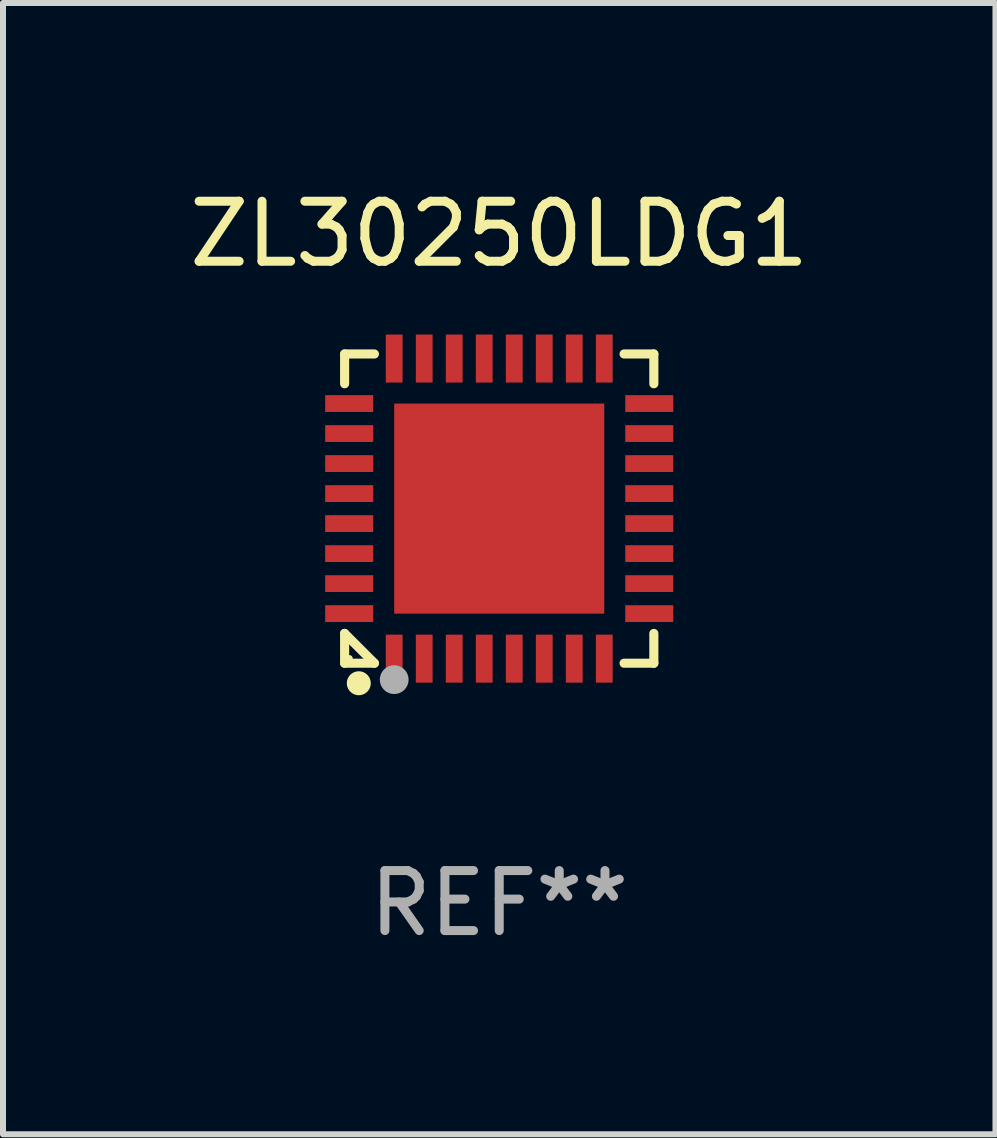
<source format=kicad_pcb>
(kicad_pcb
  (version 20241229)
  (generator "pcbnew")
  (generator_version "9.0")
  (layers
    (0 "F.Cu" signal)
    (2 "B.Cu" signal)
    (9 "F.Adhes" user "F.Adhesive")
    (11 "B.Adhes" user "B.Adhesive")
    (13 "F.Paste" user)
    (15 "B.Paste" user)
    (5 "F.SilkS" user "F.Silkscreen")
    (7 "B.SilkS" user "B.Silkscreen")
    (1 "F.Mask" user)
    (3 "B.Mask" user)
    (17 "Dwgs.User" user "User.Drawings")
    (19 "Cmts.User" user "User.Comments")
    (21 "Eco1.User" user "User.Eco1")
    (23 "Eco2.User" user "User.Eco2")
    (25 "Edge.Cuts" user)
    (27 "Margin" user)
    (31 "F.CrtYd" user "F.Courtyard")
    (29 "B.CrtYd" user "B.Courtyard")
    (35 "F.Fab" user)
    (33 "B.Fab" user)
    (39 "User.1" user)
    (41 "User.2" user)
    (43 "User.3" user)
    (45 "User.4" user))
  (footprint "ZL30250LDG1"
    (layer "F.Cu")
    (at 5.268 5.424)
    (property "Reference" "ZL30250LDG1" (at 0 -4.576 0) (layer "F.SilkS") (effects (font (size 1 1) (thickness 0.15))))
    (attr through_hole)
    (fp_line (start -2.576 -2.576) (end -2.08 -2.576) (stroke (width 0.152) (type solid)) (layer "F.SilkS"))
    (fp_line (start -2.576 -2.08) (end -2.576 -2.576) (stroke (width 0.152) (type solid)) (layer "F.SilkS"))
    (fp_line (start -2.576 2.08) (end -2.576 2.576) (stroke (width 0.152) (type solid)) (layer "F.SilkS"))
    (fp_line (start -2.576 2.08) (end -2.08 2.576) (stroke (width 0.152) (type solid)) (layer "F.SilkS"))
    (fp_line (start -2.576 2.576) (end -2.08 2.576) (stroke (width 0.152) (type solid)) (layer "F.SilkS"))
    (fp_line (start 2.576 -2.576) (end 2.08 -2.576) (stroke (width 0.152) (type solid)) (layer "F.SilkS"))
    (fp_line (start 2.576 -2.08) (end 2.576 -2.576) (stroke (width 0.152) (type solid)) (layer "F.SilkS"))
    (fp_line (start 2.576 2.08) (end 2.576 2.576) (stroke (width 0.152) (type solid)) (layer "F.SilkS"))
    (fp_line (start 2.576 2.576) (end 2.08 2.576) (stroke (width 0.152) (type solid)) (layer "F.SilkS"))
    (fp_circle (center -2.5 2.5) (end -2.47 2.5) (stroke (width 0.06) (type solid)) (fill no) (layer "F.SilkS"))
    (fp_circle (center -2.34 2.91) (end -2.24 2.91) (stroke (width 0.2) (type solid)) (fill no) (layer "F.SilkS"))
    (fp_circle (center -1.75 2.85) (end -1.63 2.85) (stroke (width 0.24) (type solid)) (fill no) (layer "F.Fab"))
    (fp_text user "REF**" (at 0 6.576 0) (layer "F.Fab") (effects (font (size 1 1) (thickness 0.15))))
    (pad "1" smd rect (at -1.75 2.5) (size 0.28 0.8) (layers "F.Cu" "F.Mask" "F.Paste"))
    (pad "2" smd rect (at -1.25 2.5) (size 0.28 0.8) (layers "F.Cu" "F.Mask" "F.Paste"))
    (pad "3" smd rect (at -0.75 2.5) (size 0.28 0.8) (layers "F.Cu" "F.Mask" "F.Paste"))
    (pad "4" smd rect (at -0.25 2.5) (size 0.28 0.8) (layers "F.Cu" "F.Mask" "F.Paste"))
    (pad "5" smd rect (at 0.25 2.5) (size 0.28 0.8) (layers "F.Cu" "F.Mask" "F.Paste"))
    (pad "6" smd rect (at 0.75 2.5) (size 0.28 0.8) (layers "F.Cu" "F.Mask" "F.Paste"))
    (pad "7" smd rect (at 1.25 2.5) (size 0.28 0.8) (layers "F.Cu" "F.Mask" "F.Paste"))
    (pad "8" smd rect (at 1.75 2.5) (size 0.28 0.8) (layers "F.Cu" "F.Mask" "F.Paste"))
    (pad "9" smd rect (at 2.5 1.75) (size 0.8 0.28) (layers "F.Cu" "F.Mask" "F.Paste"))
    (pad "10" smd rect (at 2.5 1.25) (size 0.8 0.28) (layers "F.Cu" "F.Mask" "F.Paste"))
    (pad "11" smd rect (at 2.5 0.75) (size 0.8 0.28) (layers "F.Cu" "F.Mask" "F.Paste"))
    (pad "12" smd rect (at 2.5 0.25) (size 0.8 0.28) (layers "F.Cu" "F.Mask" "F.Paste"))
    (pad "13" smd rect (at 2.5 -0.25) (size 0.8 0.28) (layers "F.Cu" "F.Mask" "F.Paste"))
    (pad "14" smd rect (at 2.5 -0.75) (size 0.8 0.28) (layers "F.Cu" "F.Mask" "F.Paste"))
    (pad "15" smd rect (at 2.5 -1.25) (size 0.8 0.28) (layers "F.Cu" "F.Mask" "F.Paste"))
    (pad "16" smd rect (at 2.5 -1.75) (size 0.8 0.28) (layers "F.Cu" "F.Mask" "F.Paste"))
    (pad "17" smd rect (at 1.75 -2.5) (size 0.28 0.8) (layers "F.Cu" "F.Mask" "F.Paste"))
    (pad "18" smd rect (at 1.25 -2.5) (size 0.28 0.8) (layers "F.Cu" "F.Mask" "F.Paste"))
    (pad "19" smd rect (at 0.75 -2.5) (size 0.28 0.8) (layers "F.Cu" "F.Mask" "F.Paste"))
    (pad "20" smd rect (at 0.25 -2.5) (size 0.28 0.8) (layers "F.Cu" "F.Mask" "F.Paste"))
    (pad "21" smd rect (at -0.25 -2.5) (size 0.28 0.8) (layers "F.Cu" "F.Mask" "F.Paste"))
    (pad "22" smd rect (at -0.75 -2.5) (size 0.28 0.8) (layers "F.Cu" "F.Mask" "F.Paste"))
    (pad "23" smd rect (at -1.25 -2.5) (size 0.28 0.8) (layers "F.Cu" "F.Mask" "F.Paste"))
    (pad "24" smd rect (at -1.75 -2.5) (size 0.28 0.8) (layers "F.Cu" "F.Mask" "F.Paste"))
    (pad "25" smd rect (at -2.5 -1.75) (size 0.8 0.28) (layers "F.Cu" "F.Mask" "F.Paste"))
    (pad "26" smd rect (at -2.5 -1.25) (size 0.8 0.28) (layers "F.Cu" "F.Mask" "F.Paste"))
    (pad "27" smd rect (at -2.5 -0.75) (size 0.8 0.28) (layers "F.Cu" "F.Mask" "F.Paste"))
    (pad "28" smd rect (at -2.5 -0.25) (size 0.8 0.28) (layers "F.Cu" "F.Mask" "F.Paste"))
    (pad "29" smd rect (at -2.5 0.25) (size 0.8 0.28) (layers "F.Cu" "F.Mask" "F.Paste"))
    (pad "30" smd rect (at -2.5 0.75) (size 0.8 0.28) (layers "F.Cu" "F.Mask" "F.Paste"))
    (pad "31" smd rect (at -2.5 1.25) (size 0.8 0.28) (layers "F.Cu" "F.Mask" "F.Paste"))
    (pad "32" smd rect (at -2.5 1.75) (size 0.8 0.28) (layers "F.Cu" "F.Mask" "F.Paste"))
    (pad "33" smd rect (at 0 0) (size 3.5 3.5) (layers "F.Cu" "F.Mask" "F.Paste")))
  (gr_rect
    (start -3 -3)
    (end 13.536 15.849)
    (stroke (width 0.1) (type default))
    (fill no)
    (layer "Edge.Cuts")))
</source>
